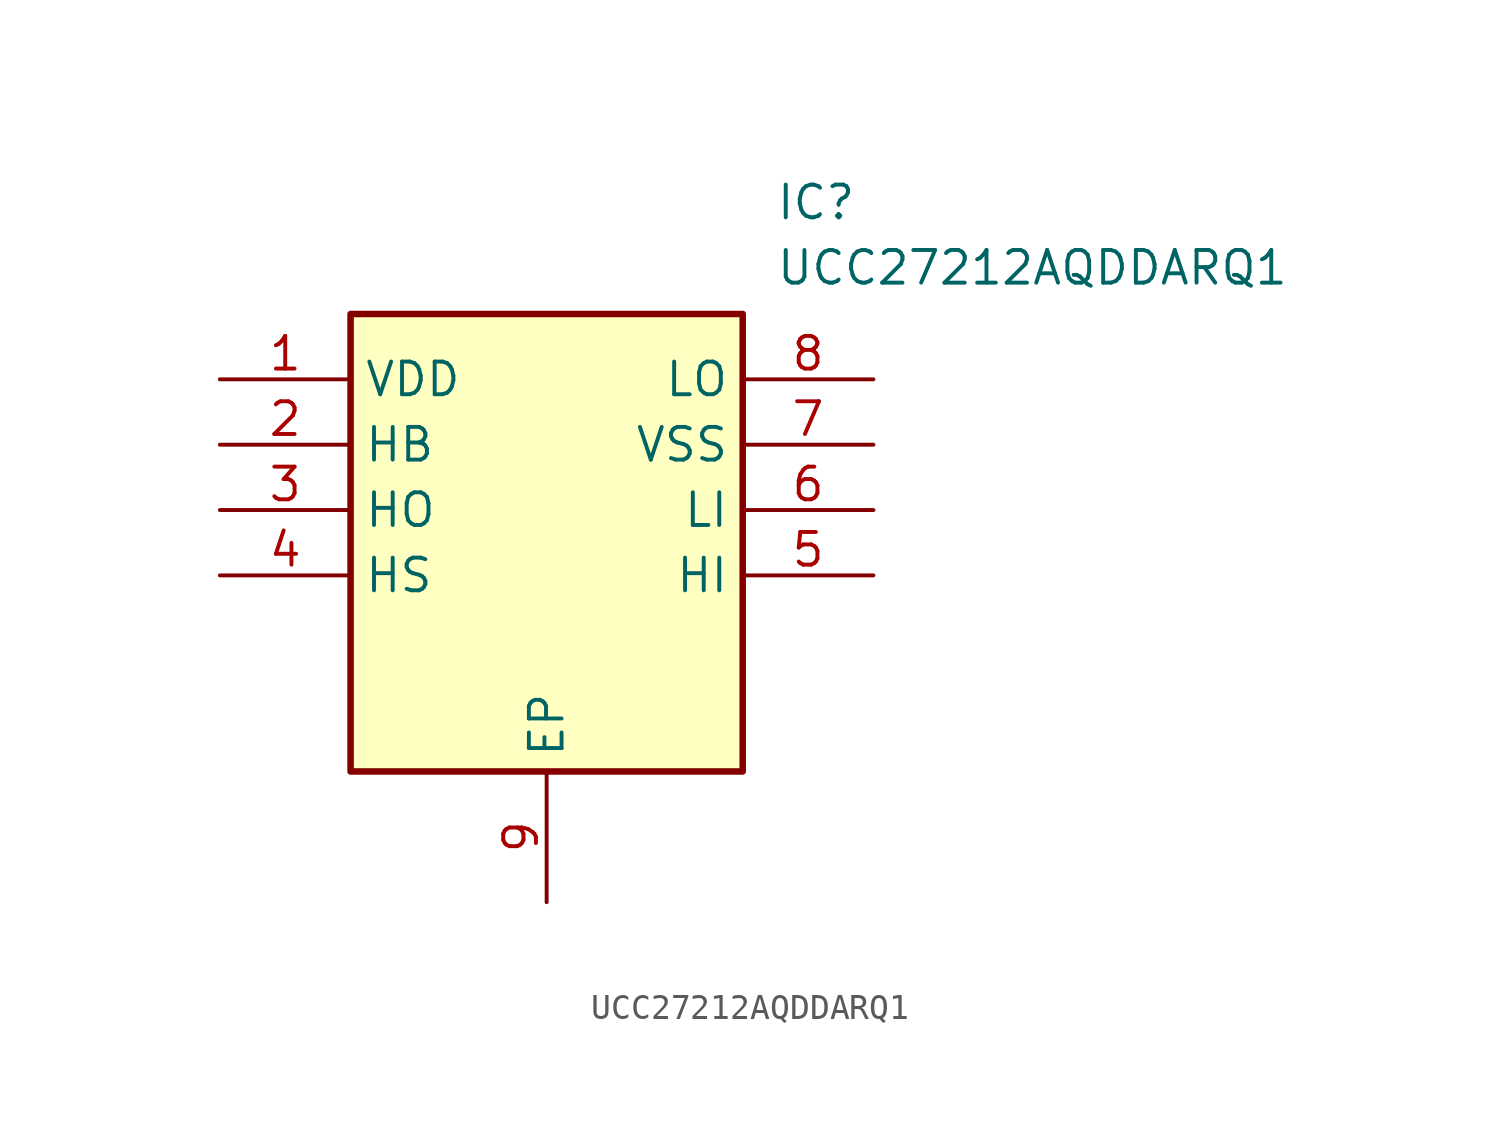
<source format=kicad_sym>
(kicad_symbol_lib
  (version 20211014)
  (generator SamacSys_ECAD_Model)
  (symbol "UCC27212AQDDARQ1"
    (property "Reference" "IC"
      (at 21.59 7.62 0)
      (effects (font (size 1.27 1.27)) (justify left top)))
    (property "Value" "UCC27212AQDDARQ1"
      (at 21.59 5.08 0)
      (effects (font (size 1.27 1.27)) (justify left top)))
    (rectangle
      (start 5.08 2.54)
      (end 20.32 -15.24)
      (stroke (width 0.254) (type default))
      (fill (type background)))
    (pin passive line
      (at 0 0 0)
      (length 5.08)
      (name "VDD" (effects (font (size 1.27 1.27))))
      (number "1" (effects (font (size 1.27 1.27)))))
    (pin passive line
      (at 0 -2.54 0)
      (length 5.08)
      (name "HB" (effects (font (size 1.27 1.27))))
      (number "2" (effects (font (size 1.27 1.27)))))
    (pin passive line
      (at 0 -5.08 0)
      (length 5.08)
      (name "HO" (effects (font (size 1.27 1.27))))
      (number "3" (effects (font (size 1.27 1.27)))))
    (pin passive line
      (at 0 -7.62 0)
      (length 5.08)
      (name "HS" (effects (font (size 1.27 1.27))))
      (number "4" (effects (font (size 1.27 1.27)))))
    (pin passive line
      (at 12.7 -20.32 90)
      (length 5.08)
      (name "EP" (effects (font (size 1.27 1.27))))
      (number "9" (effects (font (size 1.27 1.27)))))
    (pin passive line
      (at 25.4 0 180)
      (length 5.08)
      (name "LO" (effects (font (size 1.27 1.27))))
      (number "8" (effects (font (size 1.27 1.27)))))
    (pin passive line
      (at 25.4 -2.54 180)
      (length 5.08)
      (name "VSS" (effects (font (size 1.27 1.27))))
      (number "7" (effects (font (size 1.27 1.27)))))
    (pin passive line
      (at 25.4 -5.08 180)
      (length 5.08)
      (name "LI" (effects (font (size 1.27 1.27))))
      (number "6" (effects (font (size 1.27 1.27)))))
    (pin passive line
      (at 25.4 -7.62 180)
      (length 5.08)
      (name "HI" (effects (font (size 1.27 1.27))))
      (number "5" (effects (font (size 1.27 1.27)))))))
</source>
